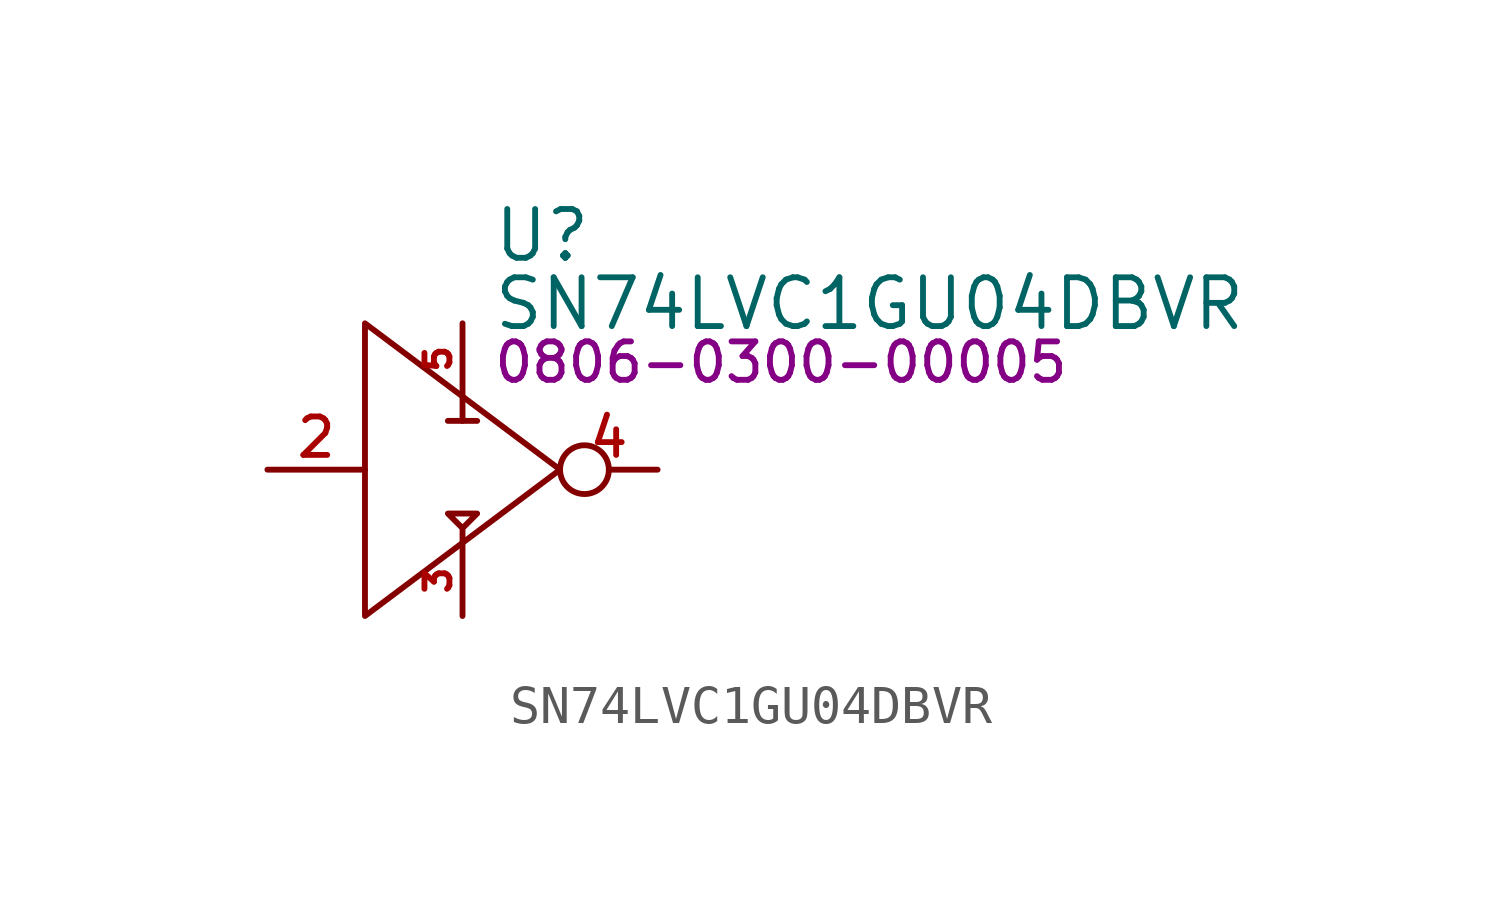
<source format=kicad_sym>
(kicad_symbol_lib
  (version 20231120)
  (generator "kicad_symbol_editor")
  (generator_version "8.0")
  (symbol "SN74LVC1GU04DBVR"
    (property "Reference" "U"
      (at 3.302 6.096 0)
      (effects (font (size 1.27 1.27)) (justify left)))
    (property "Value" "SN74LVC1GU04DBVR"
      (at 3.302 4.318 0)
      (effects (font (size 1.27 1.27)) (justify left)))
    (property "PartNumber" "0806-0300-00005"
      (at 3.302 2.794 0)
      (effects (font (size 1 1)) (justify left)))
    (symbol "SN74LVC1GU04DBVR_0_0"
      (polyline (pts (xy 2.54 1.905) (xy 2.54 1.27)) (stroke (width 0) (type default)) (fill (type none)))
      (polyline (pts (xy 2.921 1.27) (xy 2.159 1.27)) (stroke (width 0) (type default)) (fill (type none)))
      (polyline (pts (xy 2.54 -1.905) (xy 2.54 -1.524) (xy 2.159 -1.143) (xy 2.921 -1.143) (xy 2.54 -1.524)) (stroke (width 0) (type default)) (fill (type none)))
      (pin input line (at -2.54 0 0) (length 2.54) (name "~" (effects (font (size 1.27 1.27)))) (number "2" (effects (font (size 1 1))))))
    (symbol "SN74LVC1GU04DBVR_1_0"
      (pin power_in line (at 2.54 -3.81 90) (length 1.85) (name "~" (effects (font (size 1.27 1.27)))) (number "3" (effects (font (size 0.65 0.65)))))
      (pin output inverted (at 7.62 0 180) (length 2.54) (name "~" (effects (font (size 1.27 1.27)))) (number "4" (effects (font (size 1 1)))))
      (pin power_in line (at 2.54 3.81 270) (length 1.85) (name "~" (effects (font (size 1.27 1.27)))) (number "5" (effects (font (size 0.65 0.65))))))
    (symbol "SN74LVC1GU04DBVR_1_1"
      (polyline (pts (xy 0 0) (xy 0 3.81) (xy 5.08 0) (xy 0 -3.81) (xy 0 0)) (stroke (width 0) (type default)) (fill (type none))))))
</source>
